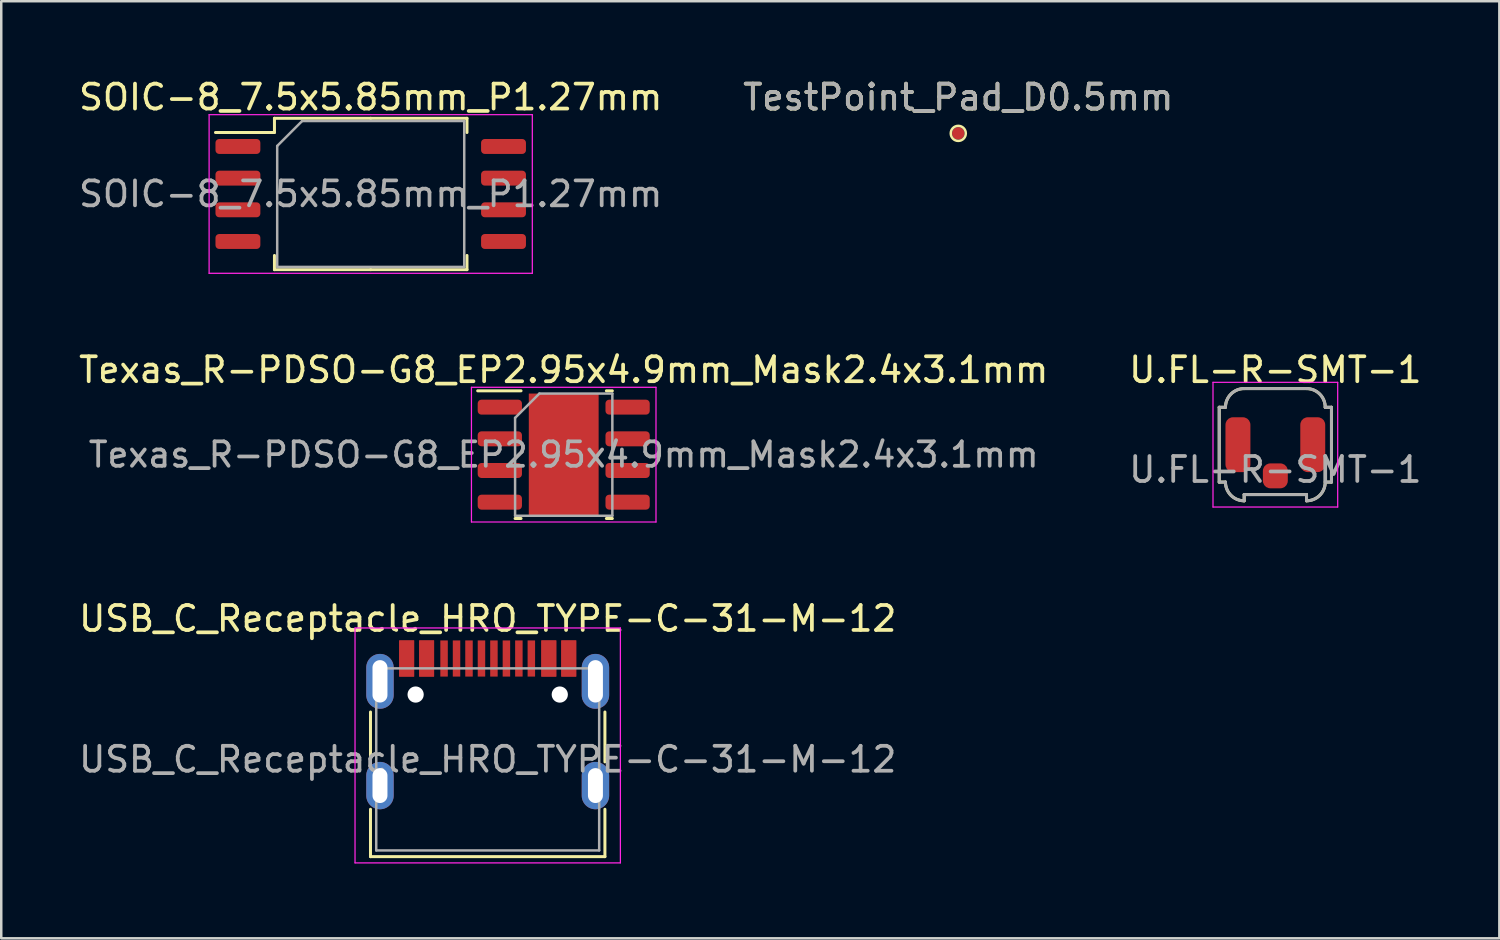
<source format=kicad_pcb>
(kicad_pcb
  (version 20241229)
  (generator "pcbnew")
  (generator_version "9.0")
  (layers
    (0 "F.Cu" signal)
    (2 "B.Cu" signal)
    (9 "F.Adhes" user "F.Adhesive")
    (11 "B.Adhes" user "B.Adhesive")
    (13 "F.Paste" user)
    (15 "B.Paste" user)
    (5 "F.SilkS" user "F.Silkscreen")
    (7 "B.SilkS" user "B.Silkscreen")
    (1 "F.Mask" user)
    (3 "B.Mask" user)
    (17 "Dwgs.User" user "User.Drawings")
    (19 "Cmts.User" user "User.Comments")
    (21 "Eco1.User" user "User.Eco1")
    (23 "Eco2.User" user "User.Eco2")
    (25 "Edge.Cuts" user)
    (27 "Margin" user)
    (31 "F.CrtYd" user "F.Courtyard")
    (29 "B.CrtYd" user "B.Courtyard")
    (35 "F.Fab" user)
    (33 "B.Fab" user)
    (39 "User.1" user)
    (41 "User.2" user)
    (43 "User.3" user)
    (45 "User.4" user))
  (footprint "U.FL-R-SMT-1"
    (layer "F.Cu")
    (at 48.089 14.781)
    (property "Reference" "U.FL-R-SMT-1" (at 0 -3 0) (unlocked yes) (layer "F.SilkS") (effects (font (size 1 1) (thickness 0.15))))
    (attr smd)
    (fp_line (start -2.25 -1.5) (end -2.25 1.5) (stroke (width 0.12) (type solid)) (layer "F.SilkS"))
    (fp_line (start -2.25 -1.5) (end -2 -1.5) (stroke (width 0.12) (type solid)) (layer "F.SilkS"))
    (fp_line (start -2 1.5) (end -2.25 1.5) (stroke (width 0.12) (type solid)) (layer "F.SilkS"))
    (fp_line (start -1.25 -2.25) (end 1.25 -2.25) (stroke (width 0.12) (type solid)) (layer "F.SilkS"))
    (fp_line (start -1.25 2) (end -1.25 2.25) (stroke (width 0.12) (type solid)) (layer "F.SilkS"))
    (fp_line (start -1.25 2) (end 1.25 2) (stroke (width 0.12) (type solid)) (layer "F.SilkS"))
    (fp_line (start 1.25 2) (end 1.25 2.25) (stroke (width 0.12) (type solid)) (layer "F.SilkS"))
    (fp_line (start 2 -1.5) (end 2.25 -1.5) (stroke (width 0.12) (type solid)) (layer "F.SilkS"))
    (fp_line (start 2.25 1.5) (end 2 1.5) (stroke (width 0.12) (type solid)) (layer "F.SilkS"))
    (fp_line (start 2.25 1.5) (end 2.25 -1.5) (stroke (width 0.12) (type solid)) (layer "F.SilkS"))
    (fp_arc (start -2 -1.5) (mid -1.78033 -2.03033) (end -1.25 -2.25) (stroke (width 0.12) (type solid)) (layer "F.SilkS"))
    (fp_arc (start -1.25 2.25) (mid -1.78033 2.03033) (end -2 1.5) (stroke (width 0.12) (type solid)) (layer "F.SilkS"))
    (fp_arc (start 1.25 -2.25) (mid 1.78033 -2.03033) (end 2 -1.5) (stroke (width 0.12) (type solid)) (layer "F.SilkS"))
    (fp_arc (start 2 1.5) (mid 1.78033 2.03033) (end 1.25 2.25) (stroke (width 0.12) (type solid)) (layer "F.SilkS"))
    (fp_line (start -2.5 -2.5) (end -2.5 2.5) (stroke (width 0.05) (type solid)) (layer "F.CrtYd"))
    (fp_line (start -2.5 2.5) (end 2.5 2.5) (stroke (width 0.05) (type solid)) (layer "F.CrtYd"))
    (fp_line (start 2.5 -2.5) (end -2.5 -2.5) (stroke (width 0.05) (type solid)) (layer "F.CrtYd"))
    (fp_line (start 2.5 2.5) (end 2.5 -2.5) (stroke (width 0.05) (type solid)) (layer "F.CrtYd"))
    (fp_line (start -2.25 -1.5) (end -2.25 1.5) (stroke (width 0.12) (type solid)) (layer "F.Fab"))
    (fp_line (start -2.25 -1.5) (end -2 -1.5) (stroke (width 0.12) (type solid)) (layer "F.Fab"))
    (fp_line (start -2 1.5) (end -2.25 1.5) (stroke (width 0.12) (type solid)) (layer "F.Fab"))
    (fp_line (start -1.25 -2.25) (end 1.25 -2.25) (stroke (width 0.12) (type solid)) (layer "F.Fab"))
    (fp_line (start -1.25 2) (end -1.25 2.25) (stroke (width 0.12) (type solid)) (layer "F.Fab"))
    (fp_line (start -1.25 2) (end 1.25 2) (stroke (width 0.12) (type solid)) (layer "F.Fab"))
    (fp_line (start 1.25 2) (end 1.25 2.25) (stroke (width 0.12) (type solid)) (layer "F.Fab"))
    (fp_line (start 2 -1.5) (end 2.25 -1.5) (stroke (width 0.12) (type solid)) (layer "F.Fab"))
    (fp_line (start 2.25 1.5) (end 2 1.5) (stroke (width 0.12) (type solid)) (layer "F.Fab"))
    (fp_line (start 2.25 1.5) (end 2.25 -1.5) (stroke (width 0.12) (type solid)) (layer "F.Fab"))
    (fp_arc (start -2 -1.5) (mid -1.78033 -2.03033) (end -1.25 -2.25) (stroke (width 0.12) (type solid)) (layer "F.Fab"))
    (fp_arc (start -1.25 2.25) (mid -1.78033 2.03033) (end -2 1.5) (stroke (width 0.12) (type solid)) (layer "F.Fab"))
    (fp_arc (start 1.25 -2.25) (mid 1.78033 -2.03033) (end 2 -1.5) (stroke (width 0.12) (type solid)) (layer "F.Fab"))
    (fp_arc (start 2 1.5) (mid 1.78033 2.03033) (end 1.25 2.25) (stroke (width 0.12) (type solid)) (layer "F.Fab"))
    (fp_text user "${REFERENCE}" (at 0 1 0) (unlocked yes) (layer "F.Fab") (effects (font (size 1 1) (thickness 0.15))))
    (pad "1" smd roundrect (at 0 1.25) (size 1 1) (layers "F.Cu" "F.Mask" "F.Paste") (roundrect_rratio 0.3))
    (pad "2" smd roundrect (at -1.5 0) (size 1 2.2) (layers "F.Cu" "F.Mask" "F.Paste") (roundrect_rratio 0.3))
    (pad "2" smd roundrect (at 1.5 0) (size 1 2.2) (layers "F.Cu" "F.Mask" "F.Paste") (roundrect_rratio 0.3)))
  (footprint "SOIC-8_7.5x5.85mm_P1.27mm"
    (layer "F.Cu")
    (at 11.815 4.728)
    (property "Reference" "SOIC-8_7.5x5.85mm_P1.27mm" (at 0 -3.88 0) (layer "F.SilkS") (effects (font (size 1 1) (thickness 0.15))))
    (attr smd)
    (fp_line (start -3.86 -3.035) (end -3.86 -2.465) (stroke (width 0.12) (type solid)) (layer "F.SilkS"))
    (fp_line (start -3.86 -2.465) (end -6.225 -2.465) (stroke (width 0.12) (type solid)) (layer "F.SilkS"))
    (fp_line (start -3.86 3.035) (end -3.86 2.465) (stroke (width 0.12) (type solid)) (layer "F.SilkS"))
    (fp_line (start 0 -3.035) (end -3.86 -3.035) (stroke (width 0.12) (type solid)) (layer "F.SilkS"))
    (fp_line (start 0 -3.035) (end 3.86 -3.035) (stroke (width 0.12) (type solid)) (layer "F.SilkS"))
    (fp_line (start 0 3.035) (end -3.86 3.035) (stroke (width 0.12) (type solid)) (layer "F.SilkS"))
    (fp_line (start 0 3.035) (end 3.86 3.035) (stroke (width 0.12) (type solid)) (layer "F.SilkS"))
    (fp_line (start 3.86 -3.035) (end 3.86 -2.465) (stroke (width 0.12) (type solid)) (layer "F.SilkS"))
    (fp_line (start 3.86 3.035) (end 3.86 2.465) (stroke (width 0.12) (type solid)) (layer "F.SilkS"))
    (fp_line (start -6.48 -3.18) (end -6.48 3.18) (stroke (width 0.05) (type solid)) (layer "F.CrtYd"))
    (fp_line (start -6.48 3.18) (end 6.48 3.18) (stroke (width 0.05) (type solid)) (layer "F.CrtYd"))
    (fp_line (start 6.48 -3.18) (end -6.48 -3.18) (stroke (width 0.05) (type solid)) (layer "F.CrtYd"))
    (fp_line (start 6.48 3.18) (end 6.48 -3.18) (stroke (width 0.05) (type solid)) (layer "F.CrtYd"))
    (fp_line (start -3.75 -1.925) (end -2.75 -2.925) (stroke (width 0.1) (type solid)) (layer "F.Fab"))
    (fp_line (start -3.75 2.925) (end -3.75 -1.925) (stroke (width 0.1) (type solid)) (layer "F.Fab"))
    (fp_line (start -2.75 -2.925) (end 3.75 -2.925) (stroke (width 0.1) (type solid)) (layer "F.Fab"))
    (fp_line (start 3.75 -2.925) (end 3.75 2.925) (stroke (width 0.1) (type solid)) (layer "F.Fab"))
    (fp_line (start 3.75 2.925) (end -3.75 2.925) (stroke (width 0.1) (type solid)) (layer "F.Fab"))
    (fp_text user "${REFERENCE}" (at 0 0 0) (layer "F.Fab") (effects (font (size 1 1) (thickness 0.15))))
    (pad "1" smd roundrect (at -5.325 -1.905) (size 1.8 0.6) (layers "F.Cu" "F.Mask" "F.Paste") (roundrect_rratio 0.25))
    (pad "2" smd roundrect (at -5.325 -0.635) (size 1.8 0.6) (layers "F.Cu" "F.Mask" "F.Paste") (roundrect_rratio 0.25))
    (pad "3" smd roundrect (at -5.325 0.635) (size 1.8 0.6) (layers "F.Cu" "F.Mask" "F.Paste") (roundrect_rratio 0.25))
    (pad "4" smd roundrect (at -5.325 1.905) (size 1.8 0.6) (layers "F.Cu" "F.Mask" "F.Paste") (roundrect_rratio 0.25))
    (pad "5" smd roundrect (at 5.325 1.905) (size 1.8 0.6) (layers "F.Cu" "F.Mask" "F.Paste") (roundrect_rratio 0.25))
    (pad "6" smd roundrect (at 5.325 0.635) (size 1.8 0.6) (layers "F.Cu" "F.Mask" "F.Paste") (roundrect_rratio 0.25))
    (pad "7" smd roundrect (at 5.325 -0.635) (size 1.8 0.6) (layers "F.Cu" "F.Mask" "F.Paste") (roundrect_rratio 0.25))
    (pad "8" smd roundrect (at 5.325 -1.905) (size 1.8 0.6) (layers "F.Cu" "F.Mask" "F.Paste") (roundrect_rratio 0.25)))
  (footprint "TestPoint_Pad_D0.5mm"
    (layer "F.Cu")
    (at 35.375 2.298)
    (property "Reference" "TestPoint_Pad_D0.5mm" (at 0 -1.448 0) (layer "F.SilkS") (effects (font (size 1 1) (thickness 0.15))))
    (attr smd exclude_from_pos_files exclude_from_bom allow_missing_courtyard)
    (fp_circle (center 0 0) (end 0.302 0) (stroke (width 0.1) (type solid)) (fill no) (layer "F.SilkS"))
    (fp_text user "${REFERENCE}" (at 0 -1.45 0) (layer "F.Fab") (effects (font (size 1 1) (thickness 0.15))))
    (pad "1" smd circle (at 0 0) (size 0.5 0.5) (layers "F.Cu" "F.Mask")))
  (footprint "Texas_R-PDSO-G8_EP2.95x4.9mm_Mask2.4x3.1mm"
    (layer "F.Cu")
    (at 19.554 15.181)
    (property "Reference" "Texas_R-PDSO-G8_EP2.95x4.9mm_Mask2.4x3.1mm" (at 0 -3.4 0) (layer "F.SilkS") (effects (font (size 1 1) (thickness 0.15))))
    (attr smd)
    (fp_line (start -1.711 -2.56) (end -3.45 -2.56) (stroke (width 0.12) (type solid)) (layer "F.SilkS"))
    (fp_line (start -1.711 2.56) (end -1.95 2.56) (stroke (width 0.12) (type solid)) (layer "F.SilkS"))
    (fp_line (start 1.711 -2.56) (end 1.95 -2.56) (stroke (width 0.12) (type solid)) (layer "F.SilkS"))
    (fp_line (start 1.711 2.56) (end 1.95 2.56) (stroke (width 0.12) (type solid)) (layer "F.SilkS"))
    (fp_line (start -3.7 -2.7) (end -3.7 2.7) (stroke (width 0.05) (type solid)) (layer "F.CrtYd"))
    (fp_line (start -3.7 2.7) (end 3.7 2.7) (stroke (width 0.05) (type solid)) (layer "F.CrtYd"))
    (fp_line (start 3.7 -2.7) (end -3.7 -2.7) (stroke (width 0.05) (type solid)) (layer "F.CrtYd"))
    (fp_line (start 3.7 2.7) (end 3.7 -2.7) (stroke (width 0.05) (type solid)) (layer "F.CrtYd"))
    (fp_line (start -1.95 -1.475) (end -0.975 -2.45) (stroke (width 0.1) (type solid)) (layer "F.Fab"))
    (fp_line (start -1.95 2.45) (end -1.95 -1.475) (stroke (width 0.1) (type solid)) (layer "F.Fab"))
    (fp_line (start -0.975 -2.45) (end 1.95 -2.45) (stroke (width 0.1) (type solid)) (layer "F.Fab"))
    (fp_line (start 1.95 -2.45) (end 1.95 2.45) (stroke (width 0.1) (type solid)) (layer "F.Fab"))
    (fp_line (start 1.95 2.45) (end -1.95 2.45) (stroke (width 0.1) (type solid)) (layer "F.Fab"))
    (fp_text user "${REFERENCE}" (at 0 0 0) (layer "F.Fab") (effects (font (size 0.98 0.98) (thickness 0.15))))
    (pad "" smd roundrect (at -0.6 -1.03) (size 0.97 0.83) (layers "F.Paste") (roundrect_rratio 0.25))
    (pad "" smd roundrect (at -0.6 0) (size 0.97 0.83) (layers "F.Paste") (roundrect_rratio 0.25))
    (pad "" smd roundrect (at -0.6 1.03) (size 0.97 0.83) (layers "F.Paste") (roundrect_rratio 0.25))
    (pad "" smd rect (at 0 0) (size 2.4 3.1) (layers "F.Mask"))
    (pad "" smd roundrect (at 0.6 -1.03) (size 0.97 0.83) (layers "F.Paste") (roundrect_rratio 0.25))
    (pad "" smd roundrect (at 0.6 0) (size 0.97 0.83) (layers "F.Paste") (roundrect_rratio 0.25))
    (pad "" smd roundrect (at 0.6 1.03) (size 0.97 0.83) (layers "F.Paste") (roundrect_rratio 0.25))
    (pad "1" smd roundrect (at -2.562 -1.905) (size 1.775 0.6) (layers "F.Cu" "F.Mask" "F.Paste") (roundrect_rratio 0.25))
    (pad "2" smd roundrect (at -2.562 -0.635) (size 1.775 0.6) (layers "F.Cu" "F.Mask" "F.Paste") (roundrect_rratio 0.25))
    (pad "3" smd roundrect (at -2.562 0.635) (size 1.775 0.6) (layers "F.Cu" "F.Mask" "F.Paste") (roundrect_rratio 0.25))
    (pad "4" smd roundrect (at -2.562 1.905) (size 1.775 0.6) (layers "F.Cu" "F.Mask" "F.Paste") (roundrect_rratio 0.25))
    (pad "5" smd roundrect (at 2.562 1.905) (size 1.775 0.6) (layers "F.Cu" "F.Mask" "F.Paste") (roundrect_rratio 0.25))
    (pad "6" smd roundrect (at 2.562 0.635) (size 1.775 0.6) (layers "F.Cu" "F.Mask" "F.Paste") (roundrect_rratio 0.25))
    (pad "7" smd roundrect (at 2.562 -0.635) (size 1.775 0.6) (layers "F.Cu" "F.Mask" "F.Paste") (roundrect_rratio 0.25))
    (pad "8" smd roundrect (at 2.562 -1.905) (size 1.775 0.6) (layers "F.Cu" "F.Mask" "F.Paste") (roundrect_rratio 0.25))
    (pad "9" smd rect (at 0 0) (size 2.8 4.9) (layers "F.Cu")))
  (footprint "USB_C_Receptacle_HRO_TYPE-C-31-M-12"
    (layer "F.Cu")
    (at 16.506 27.4)
    (property "Reference" "USB_C_Receptacle_HRO_TYPE-C-31-M-12" (at 0 -5.645 0) (layer "F.SilkS") (effects (font (size 1 1) (thickness 0.15))))
    (attr smd)
    (fp_line (start -4.7 -1.9) (end -4.7 0.1) (stroke (width 0.12) (type solid)) (layer "F.SilkS"))
    (fp_line (start -4.7 2) (end -4.7 3.9) (stroke (width 0.12) (type solid)) (layer "F.SilkS"))
    (fp_line (start -4.7 3.9) (end 4.7 3.9) (stroke (width 0.12) (type solid)) (layer "F.SilkS"))
    (fp_line (start 4.7 -1.9) (end 4.7 0.1) (stroke (width 0.12) (type solid)) (layer "F.SilkS"))
    (fp_line (start 4.7 2) (end 4.7 3.9) (stroke (width 0.12) (type solid)) (layer "F.SilkS"))
    (fp_line (start -5.32 -5.27) (end -5.32 4.15) (stroke (width 0.05) (type solid)) (layer "F.CrtYd"))
    (fp_line (start -5.32 -5.27) (end 5.32 -5.27) (stroke (width 0.05) (type solid)) (layer "F.CrtYd"))
    (fp_line (start -5.32 4.15) (end 5.32 4.15) (stroke (width 0.05) (type solid)) (layer "F.CrtYd"))
    (fp_line (start 5.32 -5.27) (end 5.32 4.15) (stroke (width 0.05) (type solid)) (layer "F.CrtYd"))
    (fp_line (start -4.47 -3.65) (end -4.47 3.65) (stroke (width 0.1) (type solid)) (layer "F.Fab"))
    (fp_line (start -4.47 -3.65) (end 4.47 -3.65) (stroke (width 0.1) (type solid)) (layer "F.Fab"))
    (fp_line (start -4.47 3.65) (end 4.47 3.65) (stroke (width 0.1) (type solid)) (layer "F.Fab"))
    (fp_line (start 4.47 -3.65) (end 4.47 3.65) (stroke (width 0.1) (type solid)) (layer "F.Fab"))
    (fp_text user "${REFERENCE}" (at 0 0 0) (layer "F.Fab") (effects (font (size 1 1) (thickness 0.15))))
    (pad "" np_thru_hole circle (at -2.89 -2.6) (size 0.65 0.65) (drill 0.65) (layers "*.Cu" "*.Mask"))
    (pad "" np_thru_hole circle (at 2.89 -2.6) (size 0.65 0.65) (drill 0.65) (layers "*.Cu" "*.Mask"))
    (pad "A1" smd rect (at -3.25 -4.045) (size 0.6 1.45) (layers "F.Cu" "F.Mask" "F.Paste"))
    (pad "A4" smd rect (at -2.45 -4.045) (size 0.6 1.45) (layers "F.Cu" "F.Mask" "F.Paste"))
    (pad "A5" smd rect (at -1.25 -4.045) (size 0.3 1.45) (layers "F.Cu" "F.Mask" "F.Paste"))
    (pad "A6" smd rect (at -0.25 -4.045) (size 0.3 1.45) (layers "F.Cu" "F.Mask" "F.Paste"))
    (pad "A7" smd rect (at 0.25 -4.045) (size 0.3 1.45) (layers "F.Cu" "F.Mask" "F.Paste"))
    (pad "A8" smd rect (at 1.25 -4.045) (size 0.3 1.45) (layers "F.Cu" "F.Mask" "F.Paste"))
    (pad "A9" smd rect (at 2.45 -4.045) (size 0.6 1.45) (layers "F.Cu" "F.Mask" "F.Paste"))
    (pad "A12" smd rect (at 3.25 -4.045) (size 0.6 1.45) (layers "F.Cu" "F.Mask" "F.Paste"))
    (pad "B1" smd rect (at 3.25 -4.045) (size 0.6 1.45) (layers "F.Cu" "F.Mask" "F.Paste"))
    (pad "B4" smd rect (at 2.45 -4.045) (size 0.6 1.45) (layers "F.Cu" "F.Mask" "F.Paste"))
    (pad "B5" smd rect (at 1.75 -4.045) (size 0.3 1.45) (layers "F.Cu" "F.Mask" "F.Paste"))
    (pad "B6" smd rect (at 0.75 -4.045) (size 0.3 1.45) (layers "F.Cu" "F.Mask" "F.Paste"))
    (pad "B7" smd rect (at -0.75 -4.045) (size 0.3 1.45) (layers "F.Cu" "F.Mask" "F.Paste"))
    (pad "B8" smd rect (at -1.75 -4.045) (size 0.3 1.45) (layers "F.Cu" "F.Mask" "F.Paste"))
    (pad "B9" smd rect (at -2.45 -4.045) (size 0.6 1.45) (layers "F.Cu" "F.Mask" "F.Paste"))
    (pad "B12" smd rect (at -3.25 -4.045) (size 0.6 1.45) (layers "F.Cu" "F.Mask" "F.Paste"))
    (pad "S1" thru_hole oval (at -4.32 -3.13) (size 1.1 2.2) (drill oval 0.6 1.7) (layers "*.Cu" "*.Mask"))
    (pad "S1" thru_hole oval (at -4.32 1.05) (size 1.1 1.9) (drill oval 0.6 1.4) (layers "*.Cu" "*.Mask"))
    (pad "S1" thru_hole oval (at 4.32 -3.13) (size 1.1 2.2) (drill oval 0.6 1.7) (layers "*.Cu" "*.Mask"))
    (pad "S1" thru_hole oval (at 4.32 1.05) (size 1.1 1.9) (drill oval 0.6 1.4) (layers "*.Cu" "*.Mask")))
  (gr_rect
    (start -3 -3)
    (end 57.071 34.575)
    (stroke (width 0.1) (type default))
    (fill no)
    (layer "Edge.Cuts")))
</source>
